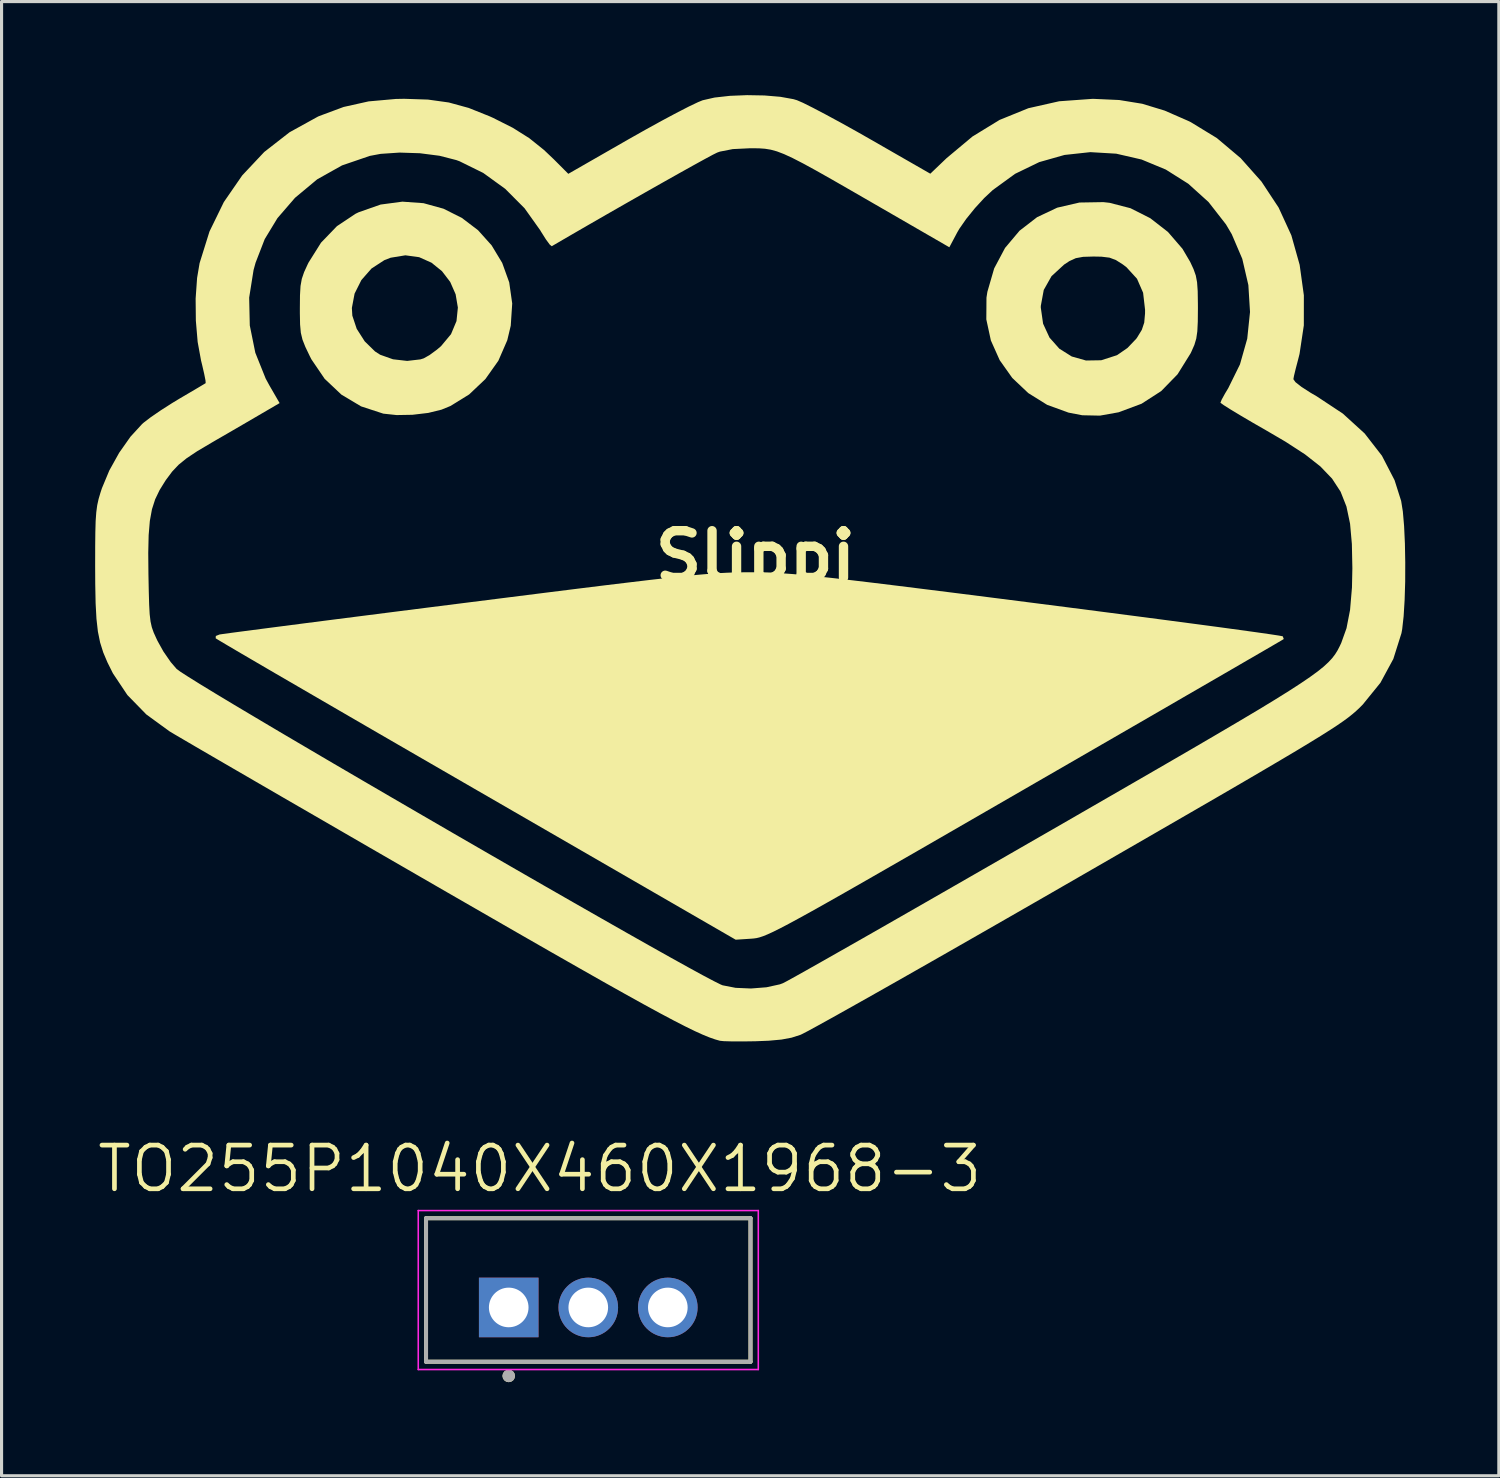
<source format=kicad_pcb>
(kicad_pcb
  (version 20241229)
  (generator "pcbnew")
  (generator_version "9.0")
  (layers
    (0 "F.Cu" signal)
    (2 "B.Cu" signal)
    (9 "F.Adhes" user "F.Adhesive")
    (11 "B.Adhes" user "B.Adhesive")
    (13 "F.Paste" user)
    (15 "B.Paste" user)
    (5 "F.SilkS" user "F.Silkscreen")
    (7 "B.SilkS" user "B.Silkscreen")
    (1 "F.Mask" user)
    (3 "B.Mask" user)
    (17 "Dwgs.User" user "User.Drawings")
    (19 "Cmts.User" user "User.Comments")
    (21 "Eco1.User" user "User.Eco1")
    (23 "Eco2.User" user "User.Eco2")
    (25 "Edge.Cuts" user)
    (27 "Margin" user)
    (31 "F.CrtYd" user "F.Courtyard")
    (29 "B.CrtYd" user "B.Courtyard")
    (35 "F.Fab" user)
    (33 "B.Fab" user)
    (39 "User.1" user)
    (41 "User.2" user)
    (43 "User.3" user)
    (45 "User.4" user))
  (footprint "Slippi"
    (layer "F.Cu")
    (at 21.167 14.783)
    (property "Reference" "Slippi" (at 0 0 0) (layer "F.SilkS") (effects (font (size 1.5 1.5) (thickness 0.3))))
    (attr board_only exclude_from_pos_files exclude_from_bom)
    (fp_poly (pts (xy -10.641 -11.32) (xy -10.001 -11.143) (xy -9.414 -10.849) (xy -8.894 -10.454) (xy -8.458 -9.968) (xy -8.119 -9.406) (xy -7.894 -8.781) (xy -7.798 -8.105) (xy -7.845 -7.393) (xy -7.957 -6.925) (xy -8.242 -6.27) (xy -8.658 -5.682) (xy -9.179 -5.189) (xy -9.778 -4.819) (xy -10.066 -4.701) (xy -10.49 -4.597) (xy -10.996 -4.537) (xy -11.503 -4.528) (xy -11.932 -4.574) (xy -11.934 -4.575) (xy -12.643 -4.807) (xy -13.274 -5.184) (xy -13.811 -5.691) (xy -14.235 -6.315) (xy -14.286 -6.415) (xy -14.429 -6.713) (xy -14.521 -6.946) (xy -14.574 -7.167) (xy -14.598 -7.431) (xy -14.605 -7.79) (xy -14.605 -7.956) (xy -14.605 -7.961) (xy -12.938 -7.961) (xy -12.923 -7.714) (xy -12.783 -7.293) (xy -12.526 -6.891) (xy -12.196 -6.568) (xy -12.031 -6.462) (xy -11.62 -6.316) (xy -11.165 -6.264) (xy -10.741 -6.313) (xy -10.636 -6.346) (xy -10.45 -6.45) (xy -10.213 -6.624) (xy -10.08 -6.737) (xy -9.76 -7.121) (xy -9.584 -7.541) (xy -9.54 -7.974) (xy -9.612 -8.4) (xy -9.786 -8.796) (xy -10.049 -9.14) (xy -10.385 -9.412) (xy -10.781 -9.589) (xy -11.222 -9.649) (xy -11.694 -9.572) (xy -11.896 -9.494) (xy -12.307 -9.227) (xy -12.633 -8.856) (xy -12.851 -8.421) (xy -12.938 -7.961) (xy -14.605 -7.961) (xy -14.601 -8.369) (xy -14.584 -8.664) (xy -14.543 -8.894) (xy -14.469 -9.111) (xy -14.351 -9.368) (xy -14.326 -9.418) (xy -13.926 -10.055) (xy -13.416 -10.584) (xy -12.818 -10.982) (xy -12.723 -11.028) (xy -12.017 -11.276) (xy -11.318 -11.369)) (stroke (width 0) (type solid)) (fill yes) (layer "F.SilkS"))
    (fp_poly (pts (xy 11.349 -11.332) (xy 12.02 -11.159) (xy 12.654 -10.839) (xy 13.221 -10.398) (xy 13.687 -9.858) (xy 13.933 -9.44) (xy 14.042 -9.206) (xy 14.114 -9.002) (xy 14.155 -8.784) (xy 14.175 -8.504) (xy 14.181 -8.116) (xy 14.182 -7.959) (xy 14.178 -7.524) (xy 14.163 -7.213) (xy 14.129 -6.98) (xy 14.069 -6.778) (xy 13.974 -6.563) (xy 13.945 -6.503) (xy 13.53 -5.836) (xy 13.006 -5.298) (xy 12.375 -4.891) (xy 11.642 -4.618) (xy 11.639 -4.617) (xy 11.04 -4.51) (xy 10.474 -4.522) (xy 10.033 -4.607) (xy 9.349 -4.856) (xy 8.744 -5.233) (xy 8.232 -5.717) (xy 7.828 -6.287) (xy 7.545 -6.92) (xy 7.399 -7.595) (xy 7.402 -7.976) (xy 9.145 -7.976) (xy 9.219 -7.457) (xy 9.425 -7.011) (xy 9.74 -6.656) (xy 10.138 -6.406) (xy 10.594 -6.277) (xy 11.083 -6.285) (xy 11.58 -6.445) (xy 11.601 -6.456) (xy 11.924 -6.679) (xy 12.206 -6.975) (xy 12.233 -7.013) (xy 12.384 -7.26) (xy 12.461 -7.491) (xy 12.487 -7.784) (xy 12.488 -7.902) (xy 12.425 -8.449) (xy 12.229 -8.898) (xy 11.892 -9.267) (xy 11.775 -9.356) (xy 11.553 -9.497) (xy 11.348 -9.574) (xy 11.091 -9.605) (xy 10.837 -9.61) (xy 10.502 -9.6) (xy 10.267 -9.557) (xy 10.063 -9.464) (xy 9.893 -9.352) (xy 9.489 -8.98) (xy 9.24 -8.538) (xy 9.146 -8.028) (xy 9.145 -7.976) (xy 7.402 -7.976) (xy 7.404 -8.291) (xy 7.433 -8.478) (xy 7.651 -9.229) (xy 8 -9.886) (xy 8.464 -10.437) (xy 9.026 -10.871) (xy 9.672 -11.176) (xy 10.385 -11.341) (xy 11.15 -11.354)) (stroke (width 0) (type solid)) (fill yes) (layer "F.SilkS"))
    (fp_poly (pts (xy -0.156 0.511) (xy 0.093 0.513) (xy 0.342 0.518) (xy 0.603 0.529) (xy 0.89 0.546) (xy 1.212 0.57) (xy 1.583 0.603) (xy 2.015 0.646) (xy 2.519 0.701) (xy 3.108 0.769) (xy 3.793 0.851) (xy 4.586 0.948) (xy 5.5 1.062) (xy 6.546 1.193) (xy 7.737 1.344) (xy 9.035 1.51) (xy 10.166 1.655) (xy 11.25 1.795) (xy 12.273 1.928) (xy 13.225 2.053) (xy 14.094 2.168) (xy 14.867 2.271) (xy 15.534 2.362) (xy 16.082 2.438) (xy 16.5 2.498) (xy 16.776 2.54) (xy 16.898 2.563) (xy 16.902 2.565) (xy 16.933 2.648) (xy 16.926 2.656) (xy 16.85 2.702) (xy 16.636 2.827) (xy 16.294 3.026) (xy 15.833 3.293) (xy 15.263 3.624) (xy 14.593 4.012) (xy 13.832 4.452) (xy 12.99 4.94) (xy 12.075 5.469) (xy 11.097 6.034) (xy 10.066 6.63) (xy 8.99 7.251) (xy 8.636 7.456) (xy 7.359 8.193) (xy 6.221 8.85) (xy 5.212 9.432) (xy 4.324 9.942) (xy 3.549 10.387) (xy 2.878 10.77) (xy 2.303 11.096) (xy 1.815 11.37) (xy 1.405 11.596) (xy 1.066 11.78) (xy 0.789 11.925) (xy 0.566 12.036) (xy 0.387 12.118) (xy 0.244 12.176) (xy 0.13 12.214) (xy 0.035 12.237) (xy -0.05 12.249) (xy -0.127 12.256) (xy -0.635 12.289) (xy -8.93 7.497) (xy -10.022 6.866) (xy -11.073 6.258) (xy -12.074 5.679) (xy -13.015 5.133) (xy -13.888 4.626) (xy -14.683 4.164) (xy -15.391 3.753) (xy -16.002 3.396) (xy -16.507 3.101) (xy -16.896 2.872) (xy -17.161 2.715) (xy -17.291 2.636) (xy -17.303 2.627) (xy -17.299 2.553) (xy -17.178 2.505) (xy -17.066 2.489) (xy -16.798 2.452) (xy -16.387 2.398) (xy -15.843 2.327) (xy -15.181 2.241) (xy -14.411 2.141) (xy -13.546 2.03) (xy -12.598 1.909) (xy -11.579 1.779) (xy -10.501 1.642) (xy -9.377 1.5) (xy -9.258 1.485) (xy -7.927 1.317) (xy -6.753 1.169) (xy -5.723 1.04) (xy -4.824 0.929) (xy -4.045 0.835) (xy -3.373 0.755) (xy -2.797 0.69) (xy -2.304 0.637) (xy -1.882 0.595) (xy -1.52 0.564) (xy -1.205 0.541) (xy -0.925 0.526) (xy -0.667 0.516) (xy -0.421 0.512) (xy -0.174 0.511)) (stroke (width 0) (type solid)) (fill yes) (layer "F.SilkS"))
    (fp_poly (pts (xy 0.286 -14.773) (xy 0.798 -14.73) (xy 1.214 -14.655) (xy 1.329 -14.621) (xy 1.523 -14.537) (xy 1.837 -14.38) (xy 2.247 -14.165) (xy 2.727 -13.905) (xy 3.252 -13.613) (xy 3.686 -13.366) (xy 5.604 -12.265) (xy 6.125 -12.763) (xy 6.955 -13.457) (xy 7.824 -13.989) (xy 8.747 -14.364) (xy 9.734 -14.587) (xy 10.799 -14.664) (xy 10.837 -14.664) (xy 11.659 -14.627) (xy 12.397 -14.507) (xy 13.116 -14.288) (xy 13.875 -13.956) (xy 13.956 -13.916) (xy 14.788 -13.408) (xy 15.551 -12.765) (xy 16.219 -12.013) (xy 16.769 -11.179) (xy 17.176 -10.292) (xy 17.177 -10.29) (xy 17.443 -9.344) (xy 17.578 -8.368) (xy 17.577 -7.403) (xy 17.439 -6.486) (xy 17.394 -6.308) (xy 17.318 -6.019) (xy 17.262 -5.787) (xy 17.242 -5.678) (xy 17.308 -5.584) (xy 17.5 -5.433) (xy 17.793 -5.244) (xy 17.992 -5.128) (xy 18.828 -4.575) (xy 19.526 -3.939) (xy 20.08 -3.225) (xy 20.485 -2.442) (xy 20.697 -1.774) (xy 20.751 -1.436) (xy 20.791 -0.97) (xy 20.817 -0.413) (xy 20.828 0.194) (xy 20.826 0.811) (xy 20.808 1.401) (xy 20.776 1.922) (xy 20.73 2.335) (xy 20.706 2.465) (xy 20.446 3.289) (xy 20.031 4.055) (xy 19.468 4.749) (xy 19.357 4.861) (xy 19.256 4.955) (xy 19.144 5.052) (xy 19.013 5.157) (xy 18.854 5.274) (xy 18.659 5.409) (xy 18.419 5.566) (xy 18.125 5.752) (xy 17.77 5.97) (xy 17.345 6.227) (xy 16.841 6.526) (xy 16.25 6.874) (xy 15.563 7.276) (xy 14.772 7.736) (xy 13.868 8.259) (xy 12.844 8.851) (xy 11.69 9.517) (xy 10.398 10.262) (xy 10.329 10.302) (xy 9.221 10.94) (xy 8.147 11.557) (xy 7.117 12.147) (xy 6.142 12.705) (xy 5.231 13.224) (xy 4.393 13.7) (xy 3.64 14.126) (xy 2.98 14.497) (xy 2.424 14.808) (xy 1.981 15.053) (xy 1.661 15.227) (xy 1.474 15.323) (xy 1.439 15.339) (xy 1.155 15.43) (xy 0.833 15.49) (xy 0.426 15.527) (xy 0 15.544) (xy -0.405 15.55) (xy -0.759 15.549) (xy -1.022 15.541) (xy -1.143 15.528) (xy -1.297 15.484) (xy -1.477 15.421) (xy -1.692 15.333) (xy -1.95 15.216) (xy -2.26 15.064) (xy -2.63 14.874) (xy -3.069 14.641) (xy -3.584 14.36) (xy -4.186 14.026) (xy -4.881 13.636) (xy -5.679 13.183) (xy -6.588 12.665) (xy -7.617 12.075) (xy -8.774 11.409) (xy -10.068 10.664) (xy -10.244 10.562) (xy -11.323 9.939) (xy -12.371 9.334) (xy -13.376 8.752) (xy -14.328 8.201) (xy -15.217 7.687) (xy -16.032 7.214) (xy -16.763 6.79) (xy -17.4 6.42) (xy -17.931 6.111) (xy -18.346 5.868) (xy -18.636 5.698) (xy -18.786 5.608) (xy -19.527 5.068) (xy -20.134 4.446) (xy -20.594 3.756) (xy -20.602 3.742) (xy -20.774 3.397) (xy -20.908 3.08) (xy -21.008 2.761) (xy -21.079 2.412) (xy -21.125 2.003) (xy -21.152 1.505) (xy -21.164 0.89) (xy -21.167 0.315) (xy -21.166 -0.112) (xy -19.465 -0.112) (xy -19.459 0.573) (xy -19.448 1.129) (xy -19.436 1.547) (xy -19.419 1.856) (xy -19.392 2.087) (xy -19.351 2.272) (xy -19.292 2.44) (xy -19.21 2.622) (xy -19.169 2.709) (xy -18.978 3.052) (xy -18.745 3.389) (xy -18.557 3.608) (xy -18.437 3.697) (xy -18.18 3.863) (xy -17.8 4.1) (xy -17.306 4.401) (xy -16.711 4.759) (xy -16.026 5.167) (xy -15.263 5.62) (xy -14.432 6.109) (xy -13.546 6.63) (xy -12.615 7.174) (xy -11.651 7.736) (xy -10.666 8.309) (xy -9.671 8.886) (xy -8.678 9.46) (xy -7.697 10.026) (xy -6.741 10.576) (xy -5.821 11.103) (xy -4.947 11.602) (xy -4.133 12.065) (xy -3.388 12.486) (xy -2.725 12.858) (xy -2.155 13.174) (xy -1.689 13.429) (xy -1.339 13.614) (xy -1.116 13.725) (xy -1.053 13.751) (xy -0.637 13.832) (xy -0.145 13.853) (xy 0.352 13.814) (xy 0.781 13.72) (xy 0.88 13.683) (xy 0.995 13.623) (xy 1.246 13.485) (xy 1.625 13.273) (xy 2.121 12.993) (xy 2.725 12.65) (xy 3.427 12.251) (xy 4.217 11.8) (xy 5.085 11.303) (xy 6.023 10.765) (xy 7.019 10.193) (xy 8.065 9.592) (xy 9.151 8.967) (xy 9.467 8.786) (xy 10.795 8.02) (xy 11.984 7.334) (xy 13.043 6.722) (xy 13.979 6.179) (xy 14.8 5.699) (xy 15.515 5.278) (xy 16.132 4.911) (xy 16.658 4.591) (xy 17.102 4.314) (xy 17.471 4.075) (xy 17.774 3.869) (xy 18.02 3.69) (xy 18.215 3.533) (xy 18.367 3.392) (xy 18.486 3.264) (xy 18.579 3.142) (xy 18.654 3.022) (xy 18.719 2.897) (xy 18.775 2.78) (xy 18.945 2.305) (xy 19.059 1.718) (xy 19.12 1) (xy 19.133 0.381) (xy 19.117 -0.395) (xy 19.059 -1.046) (xy 18.943 -1.597) (xy 18.756 -2.071) (xy 18.482 -2.491) (xy 18.106 -2.883) (xy 17.614 -3.269) (xy 16.99 -3.674) (xy 16.396 -4.022) (xy 15.945 -4.281) (xy 15.549 -4.514) (xy 15.229 -4.707) (xy 15.008 -4.847) (xy 14.908 -4.92) (xy 14.904 -4.926) (xy 14.944 -5.024) (xy 15.05 -5.217) (xy 15.155 -5.392) (xy 15.53 -6.153) (xy 15.763 -6.976) (xy 15.852 -7.832) (xy 15.799 -8.695) (xy 15.604 -9.536) (xy 15.266 -10.327) (xy 15.08 -10.642) (xy 14.522 -11.357) (xy 13.873 -11.943) (xy 13.152 -12.398) (xy 12.375 -12.72) (xy 11.563 -12.907) (xy 10.733 -12.956) (xy 9.905 -12.866) (xy 9.095 -12.636) (xy 8.323 -12.262) (xy 7.607 -11.742) (xy 7.332 -11.485) (xy 7.036 -11.163) (xy 6.756 -10.817) (xy 6.537 -10.503) (xy 6.473 -10.394) (xy 6.214 -9.907) (xy 3.848 -11.274) (xy 3.089 -11.712) (xy 2.461 -12.073) (xy 1.946 -12.364) (xy 1.527 -12.593) (xy 1.189 -12.767) (xy 0.914 -12.894) (xy 0.686 -12.981) (xy 0.489 -13.035) (xy 0.305 -13.065) (xy 0.119 -13.078) (xy -0.088 -13.081) (xy -0.169 -13.081) (xy -0.727 -13.054) (xy -1.141 -12.973) (xy -1.228 -12.942) (xy -1.365 -12.874) (xy -1.629 -12.732) (xy -2.001 -12.527) (xy -2.46 -12.271) (xy -2.988 -11.974) (xy -3.564 -11.648) (xy -4.17 -11.303) (xy -4.785 -10.951) (xy -5.39 -10.603) (xy -5.965 -10.27) (xy -6.492 -9.963) (xy -6.53 -9.94) (xy -6.595 -9.992) (xy -6.717 -10.158) (xy -6.873 -10.405) (xy -6.901 -10.453) (xy -7.403 -11.158) (xy -8.023 -11.78) (xy -8.728 -12.29) (xy -9.487 -12.664) (xy -9.591 -12.702) (xy -10.129 -12.84) (xy -10.757 -12.921) (xy -11.409 -12.942) (xy -12.016 -12.901) (xy -12.362 -12.836) (xy -13.253 -12.531) (xy -14.05 -12.084) (xy -14.757 -11.495) (xy -14.771 -11.48) (xy -15.323 -10.841) (xy -15.732 -10.167) (xy -16.024 -9.413) (xy -16.089 -9.178) (xy -16.23 -8.293) (xy -16.21 -7.4) (xy -16.033 -6.526) (xy -15.701 -5.698) (xy -15.584 -5.483) (xy -15.254 -4.912) (xy -16.03 -4.459) (xy -16.445 -4.217) (xy -16.892 -3.957) (xy -17.299 -3.722) (xy -17.441 -3.639) (xy -17.897 -3.369) (xy -18.236 -3.143) (xy -18.491 -2.936) (xy -18.699 -2.716) (xy -18.892 -2.457) (xy -18.911 -2.43) (xy -19.1 -2.126) (xy -19.243 -1.829) (xy -19.346 -1.508) (xy -19.414 -1.134) (xy -19.452 -0.679) (xy -19.465 -0.112) (xy -21.166 -0.112) (xy -21.166 -0.299) (xy -21.161 -0.771) (xy -21.151 -1.132) (xy -21.131 -1.411) (xy -21.101 -1.636) (xy -21.057 -1.836) (xy -20.997 -2.04) (xy -20.95 -2.183) (xy -20.713 -2.752) (xy -20.397 -3.32) (xy -20.035 -3.834) (xy -19.661 -4.242) (xy -19.617 -4.281) (xy -19.39 -4.455) (xy -19.066 -4.678) (xy -18.695 -4.915) (xy -18.457 -5.059) (xy -18.13 -5.251) (xy -17.862 -5.409) (xy -17.683 -5.516) (xy -17.624 -5.552) (xy -17.63 -5.639) (xy -17.672 -5.85) (xy -17.74 -6.146) (xy -17.772 -6.275) (xy -17.881 -6.871) (xy -17.939 -7.555) (xy -17.946 -8.262) (xy -17.899 -8.926) (xy -17.819 -9.398) (xy -17.502 -10.413) (xy -17.042 -11.356) (xy -16.453 -12.21) (xy -15.747 -12.961) (xy -14.936 -13.593) (xy -14.032 -14.092) (xy -13.991 -14.111) (xy -13.203 -14.404) (xy -12.402 -14.583) (xy -11.529 -14.661) (xy -11.261 -14.666) (xy -10.499 -14.641) (xy -9.831 -14.548) (xy -9.192 -14.373) (xy -8.516 -14.102) (xy -8.41 -14.054) (xy -7.777 -13.735) (xy -7.253 -13.405) (xy -6.779 -13.025) (xy -6.464 -12.726) (xy -6 -12.261) (xy -4.079 -13.363) (xy -3.535 -13.67) (xy -3.014 -13.957) (xy -2.541 -14.21) (xy -2.142 -14.415) (xy -1.843 -14.558) (xy -1.693 -14.619) (xy -1.312 -14.706) (xy -0.82 -14.761) (xy -0.271 -14.783)) (stroke (width 0) (type solid)) (fill yes) (layer "F.SilkS")))
  (footprint "TO255P1040X460X1968-3"
    (layer "F.Cu")
    (at 13.257 38.86)
    (property "Reference" "TO255P1040X460X1968-3" (at 0.995 -4.444 0) (layer "F.SilkS") (effects (font (size 1.4 1.4) (thickness 0.15))))
    (attr through_hole)
    (fp_line (start -2.65 -2.86) (end 7.75 -2.86) (stroke (width 0.127) (type solid)) (layer "F.SilkS"))
    (fp_line (start -2.65 1.74) (end -2.65 -2.86) (stroke (width 0.127) (type solid)) (layer "F.SilkS"))
    (fp_line (start 7.75 -2.86) (end 7.75 1.74) (stroke (width 0.127) (type solid)) (layer "F.SilkS"))
    (fp_line (start 7.75 1.74) (end -2.65 1.74) (stroke (width 0.127) (type solid)) (layer "F.SilkS"))
    (fp_circle (center 0 2.195) (end 0.1 2.195) (stroke (width 0.2) (type solid)) (fill no) (layer "F.SilkS"))
    (fp_line (start -2.9 -3.106) (end 8 -3.106) (stroke (width 0.05) (type solid)) (layer "F.CrtYd"))
    (fp_line (start -2.9 1.99) (end -2.9 -3.106) (stroke (width 0.05) (type solid)) (layer "F.CrtYd"))
    (fp_line (start 8 -3.106) (end 8 1.99) (stroke (width 0.05) (type solid)) (layer "F.CrtYd"))
    (fp_line (start 8 1.99) (end -2.9 1.99) (stroke (width 0.05) (type solid)) (layer "F.CrtYd"))
    (fp_line (start -2.65 -2.86) (end 7.75 -2.86) (stroke (width 0.127) (type solid)) (layer "F.Fab"))
    (fp_line (start -2.65 1.74) (end -2.65 -2.86) (stroke (width 0.127) (type solid)) (layer "F.Fab"))
    (fp_line (start 7.75 -2.86) (end 7.75 1.74) (stroke (width 0.127) (type solid)) (layer "F.Fab"))
    (fp_line (start 7.75 1.74) (end -2.65 1.74) (stroke (width 0.127) (type solid)) (layer "F.Fab"))
    (fp_circle (center 0 2.195) (end 0.1 2.195) (stroke (width 0.2) (type solid)) (fill no) (layer "F.Fab"))
    (pad "1" thru_hole rect (at 0 0) (size 1.91 1.91) (drill 1.27) (layers "*.Cu" "*.Mask"))
    (pad "2" thru_hole circle (at 2.55 0) (size 1.91 1.91) (drill 1.27) (layers "*.Cu" "*.Mask"))
    (pad "3" thru_hole circle (at 5.1 0) (size 1.91 1.91) (drill 1.27) (layers "*.Cu" "*.Mask")))
  (gr_rect
    (start -3 -3)
    (end 44.995 44.255)
    (stroke (width 0.1) (type default))
    (fill no)
    (layer "Edge.Cuts")))
</source>
